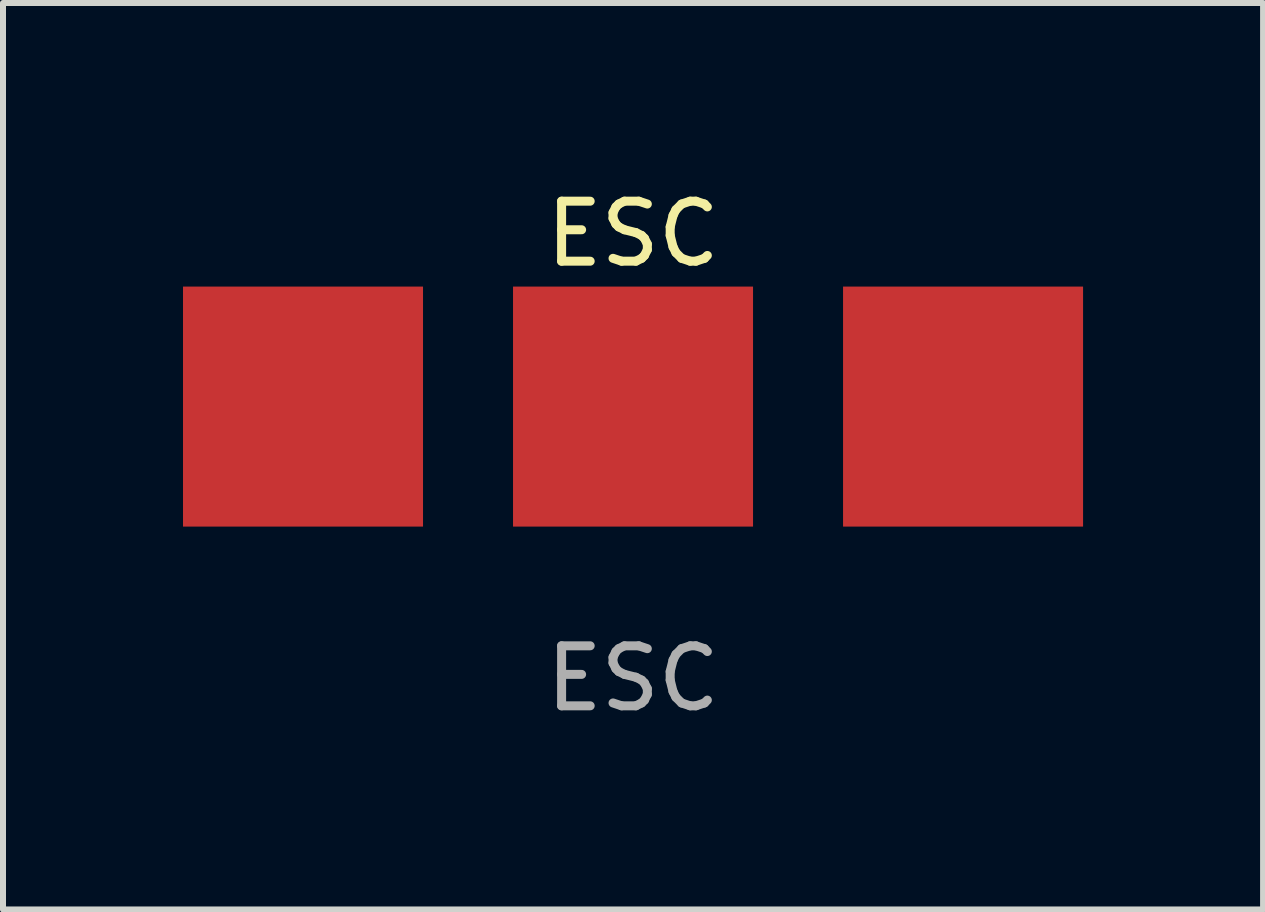
<source format=kicad_pcb>
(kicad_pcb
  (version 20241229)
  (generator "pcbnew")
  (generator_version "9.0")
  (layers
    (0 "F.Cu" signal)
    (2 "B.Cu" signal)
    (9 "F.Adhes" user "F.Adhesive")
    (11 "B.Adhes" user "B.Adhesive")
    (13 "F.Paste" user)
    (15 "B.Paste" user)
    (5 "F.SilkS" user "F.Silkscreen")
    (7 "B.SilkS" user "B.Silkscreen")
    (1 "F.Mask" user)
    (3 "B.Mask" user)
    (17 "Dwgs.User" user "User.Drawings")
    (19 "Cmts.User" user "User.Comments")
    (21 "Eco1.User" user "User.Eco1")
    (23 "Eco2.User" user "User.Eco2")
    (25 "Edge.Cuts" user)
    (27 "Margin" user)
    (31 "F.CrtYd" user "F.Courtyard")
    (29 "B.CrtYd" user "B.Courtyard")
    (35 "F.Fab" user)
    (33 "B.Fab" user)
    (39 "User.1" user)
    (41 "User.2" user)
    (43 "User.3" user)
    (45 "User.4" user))
  (footprint "ESC"
    (layer "F.Cu")
    (at 7.5 5.758)
    (property "Reference" "ESC" (at 0 -4.91 0) (unlocked yes) (layer "F.SilkS") (effects (font (size 1 1) (thickness 0.15))))
    (attr smd)
    (fp_text user "${REFERENCE}" (at 0 2.5 0) (unlocked yes) (layer "F.Fab") (effects (font (size 1 1) (thickness 0.15))))
    (pad "1" connect rect (at -5.5 -2.032 90) (size 4 4) (layers "F.Cu" "F.Mask"))
    (pad "2" connect rect (at 0 -2.032) (size 4 4) (layers "F.Cu" "F.Mask"))
    (pad "3" connect rect (at 5.5 -2.032) (size 4 4) (layers "F.Cu" "F.Mask")))
  (gr_rect
    (start -3 -3)
    (end 18 12.107)
    (stroke (width 0.1) (type default))
    (fill no)
    (layer "Edge.Cuts")))
</source>
